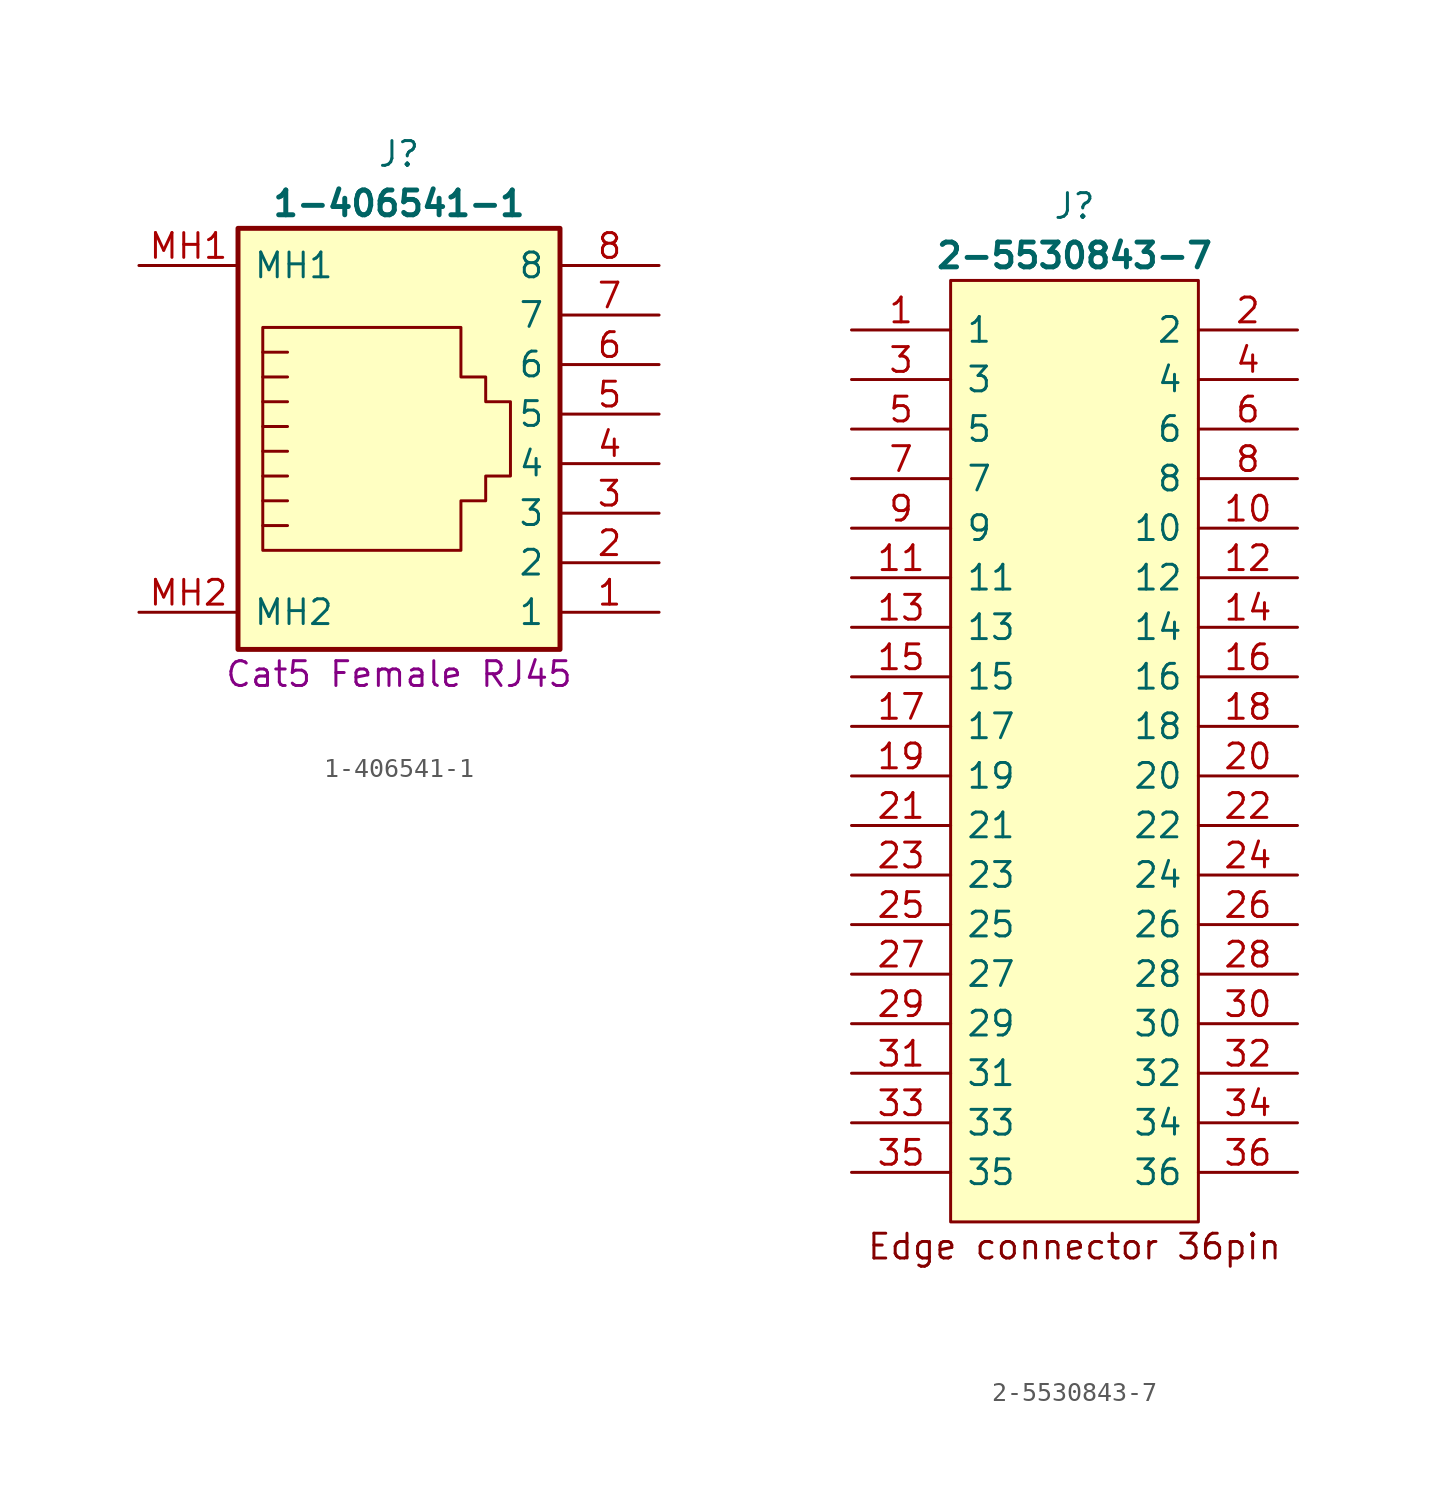
<source format=kicad_sym>
(kicad_symbol_lib
  (version 20241209)
  (generator "kicad_symbol_editor")
  (generator_version "9.0")
  (symbol "1-406541-1"
    (pin_names
      (offset 0.762))
    (property "Reference" "J"
      (at -13.335 5.715 0)
      (effects (font (size 1.27 1.27))))
    (property "Value" "1-406541-1"
      (at -13.335 3.175 0)
      (effects (font (size 1.27 1.27) (bold yes))))
    (property "Description" "Cat5 Female RJ45"
      (at -13.335 -20.955 0)
      (effects (font (size 1.27 1.27))))
    (symbol "1-406541-1_0_0"
      (pin passive line (at 0 0 180) (length 5.08) (name "8" (effects (font (size 1.27 1.27)))) (number "8" (effects (font (size 1.27 1.27)))))
      (pin passive line (at 0 -2.54 180) (length 5.08) (name "7" (effects (font (size 1.27 1.27)))) (number "7" (effects (font (size 1.27 1.27)))))
      (pin passive line (at 0 -5.08 180) (length 5.08) (name "6" (effects (font (size 1.27 1.27)))) (number "6" (effects (font (size 1.27 1.27)))))
      (pin passive line (at 0 -7.62 180) (length 5.08) (name "5" (effects (font (size 1.27 1.27)))) (number "5" (effects (font (size 1.27 1.27)))))
      (pin passive line (at 0 -10.16 180) (length 5.08) (name "4" (effects (font (size 1.27 1.27)))) (number "4" (effects (font (size 1.27 1.27)))))
      (pin passive line (at 0 -12.7 180) (length 5.08) (name "3" (effects (font (size 1.27 1.27)))) (number "3" (effects (font (size 1.27 1.27)))))
      (pin passive line (at 0 -15.24 180) (length 5.08) (name "2" (effects (font (size 1.27 1.27)))) (number "2" (effects (font (size 1.27 1.27)))))
      (pin passive line (at 0 -17.78 180) (length 5.08) (name "1" (effects (font (size 1.27 1.27)))) (number "1" (effects (font (size 1.27 1.27))))))
    (symbol "1-406541-1_0_1"
      (rectangle (start -21.59 1.905) (end -5.08 -19.685) (stroke (width 0.254) (type default)) (fill (type background)))
      (polyline (pts (xy -20.32 -8.255) (xy -19.05 -8.255) (xy -19.05 -8.255)) (stroke (width 0) (type default)) (fill (type none)))
      (polyline (pts (xy -20.32 -9.525) (xy -19.05 -9.525) (xy -19.05 -9.525)) (stroke (width 0) (type default)) (fill (type none)))
      (polyline (pts (xy -20.32 -10.795) (xy -19.05 -10.795) (xy -19.05 -10.795)) (stroke (width 0) (type default)) (fill (type none)))
      (polyline (pts (xy -20.32 -12.065) (xy -19.05 -12.065) (xy -19.05 -12.065)) (stroke (width 0) (type default)) (fill (type none)))
      (polyline (pts (xy -20.32 -13.335) (xy -19.05 -13.335) (xy -19.05 -13.335)) (stroke (width 0) (type default)) (fill (type none)))
      (polyline (pts (xy -20.32 -14.605) (xy -20.32 -3.175) (xy -10.16 -3.175) (xy -10.16 -5.715) (xy -8.89 -5.715) (xy -8.89 -6.985) (xy -7.62 -6.985) (xy -7.62 -10.795) (xy -8.89 -10.795) (xy -8.89 -12.065) (xy -10.16 -12.065) (xy -10.16 -14.605) (xy -20.32 -14.605) (xy -20.32 -14.605)) (stroke (width 0) (type default)) (fill (type none)))
      (polyline (pts (xy -19.05 -4.445) (xy -20.32 -4.445)) (stroke (width 0) (type default)) (fill (type none)))
      (polyline (pts (xy -19.05 -5.715) (xy -20.32 -5.715)) (stroke (width 0) (type default)) (fill (type none)))
      (polyline (pts (xy -19.05 -6.985) (xy -20.32 -6.985) (xy -20.32 -6.985)) (stroke (width 0) (type default)) (fill (type none))))
    (symbol "1-406541-1_1_0"
      (pin passive line (at -26.67 0 0) (length 5.08) (name "MH1" (effects (font (size 1.27 1.27)))) (number "MH1" (effects (font (size 1.27 1.27)))))
      (pin passive line (at -26.67 -17.78 0) (length 5.08) (name "MH2" (effects (font (size 1.27 1.27)))) (number "MH2" (effects (font (size 1.27 1.27)))))))
  (symbol "2-5530843-7"
    (pin_names
      (offset 0.762))
    (property "Reference" "J"
      (at 11.43 6.35 0)
      (effects (font (size 1.27 1.27))))
    (property "Value" "2-5530843-7"
      (at 11.43 3.81 0)
      (effects (font (size 1.27 1.27) (bold yes))))
    (symbol "2-5530843-7_0_0"
      (pin passive line (at 0 0 0) (length 5.08) (name "1" (effects (font (size 1.27 1.27)))) (number "1" (effects (font (size 1.27 1.27)))))
      (pin passive line (at 0 -2.54 0) (length 5.08) (name "3" (effects (font (size 1.27 1.27)))) (number "3" (effects (font (size 1.27 1.27)))))
      (pin passive line (at 0 -5.08 0) (length 5.08) (name "5" (effects (font (size 1.27 1.27)))) (number "5" (effects (font (size 1.27 1.27)))))
      (pin passive line (at 0 -7.62 0) (length 5.08) (name "7" (effects (font (size 1.27 1.27)))) (number "7" (effects (font (size 1.27 1.27)))))
      (pin passive line (at 0 -10.16 0) (length 5.08) (name "9" (effects (font (size 1.27 1.27)))) (number "9" (effects (font (size 1.27 1.27)))))
      (pin passive line (at 0 -12.7 0) (length 5.08) (name "11" (effects (font (size 1.27 1.27)))) (number "11" (effects (font (size 1.27 1.27)))))
      (pin passive line (at 0 -15.24 0) (length 5.08) (name "13" (effects (font (size 1.27 1.27)))) (number "13" (effects (font (size 1.27 1.27)))))
      (pin passive line (at 0 -17.78 0) (length 5.08) (name "15" (effects (font (size 1.27 1.27)))) (number "15" (effects (font (size 1.27 1.27)))))
      (pin passive line (at 0 -20.32 0) (length 5.08) (name "17" (effects (font (size 1.27 1.27)))) (number "17" (effects (font (size 1.27 1.27)))))
      (pin passive line (at 0 -22.86 0) (length 5.08) (name "19" (effects (font (size 1.27 1.27)))) (number "19" (effects (font (size 1.27 1.27)))))
      (pin passive line (at 0 -25.4 0) (length 5.08) (name "21" (effects (font (size 1.27 1.27)))) (number "21" (effects (font (size 1.27 1.27)))))
      (pin passive line (at 0 -27.94 0) (length 5.08) (name "23" (effects (font (size 1.27 1.27)))) (number "23" (effects (font (size 1.27 1.27)))))
      (pin passive line (at 0 -30.48 0) (length 5.08) (name "25" (effects (font (size 1.27 1.27)))) (number "25" (effects (font (size 1.27 1.27)))))
      (pin passive line (at 0 -33.02 0) (length 5.08) (name "27" (effects (font (size 1.27 1.27)))) (number "27" (effects (font (size 1.27 1.27)))))
      (pin passive line (at 0 -35.56 0) (length 5.08) (name "29" (effects (font (size 1.27 1.27)))) (number "29" (effects (font (size 1.27 1.27)))))
      (pin passive line (at 0 -38.1 0) (length 5.08) (name "31" (effects (font (size 1.27 1.27)))) (number "31" (effects (font (size 1.27 1.27)))))
      (pin passive line (at 0 -40.64 0) (length 5.08) (name "33" (effects (font (size 1.27 1.27)))) (number "33" (effects (font (size 1.27 1.27)))))
      (pin passive line (at 0 -43.18 0) (length 5.08) (name "35" (effects (font (size 1.27 1.27)))) (number "35" (effects (font (size 1.27 1.27)))))
      (pin passive line (at 22.86 0 180) (length 5.08) (name "2" (effects (font (size 1.27 1.27)))) (number "2" (effects (font (size 1.27 1.27)))))
      (pin passive line (at 22.86 -2.54 180) (length 5.08) (name "4" (effects (font (size 1.27 1.27)))) (number "4" (effects (font (size 1.27 1.27)))))
      (pin passive line (at 22.86 -5.08 180) (length 5.08) (name "6" (effects (font (size 1.27 1.27)))) (number "6" (effects (font (size 1.27 1.27)))))
      (pin passive line (at 22.86 -7.62 180) (length 5.08) (name "8" (effects (font (size 1.27 1.27)))) (number "8" (effects (font (size 1.27 1.27)))))
      (pin passive line (at 22.86 -10.16 180) (length 5.08) (name "10" (effects (font (size 1.27 1.27)))) (number "10" (effects (font (size 1.27 1.27)))))
      (pin passive line (at 22.86 -12.7 180) (length 5.08) (name "12" (effects (font (size 1.27 1.27)))) (number "12" (effects (font (size 1.27 1.27)))))
      (pin passive line (at 22.86 -15.24 180) (length 5.08) (name "14" (effects (font (size 1.27 1.27)))) (number "14" (effects (font (size 1.27 1.27)))))
      (pin passive line (at 22.86 -17.78 180) (length 5.08) (name "16" (effects (font (size 1.27 1.27)))) (number "16" (effects (font (size 1.27 1.27)))))
      (pin passive line (at 22.86 -20.32 180) (length 5.08) (name "18" (effects (font (size 1.27 1.27)))) (number "18" (effects (font (size 1.27 1.27)))))
      (pin passive line (at 22.86 -22.86 180) (length 5.08) (name "20" (effects (font (size 1.27 1.27)))) (number "20" (effects (font (size 1.27 1.27)))))
      (pin passive line (at 22.86 -25.4 180) (length 5.08) (name "22" (effects (font (size 1.27 1.27)))) (number "22" (effects (font (size 1.27 1.27)))))
      (pin passive line (at 22.86 -27.94 180) (length 5.08) (name "24" (effects (font (size 1.27 1.27)))) (number "24" (effects (font (size 1.27 1.27)))))
      (pin passive line (at 22.86 -30.48 180) (length 5.08) (name "26" (effects (font (size 1.27 1.27)))) (number "26" (effects (font (size 1.27 1.27)))))
      (pin passive line (at 22.86 -33.02 180) (length 5.08) (name "28" (effects (font (size 1.27 1.27)))) (number "28" (effects (font (size 1.27 1.27)))))
      (pin passive line (at 22.86 -35.56 180) (length 5.08) (name "30" (effects (font (size 1.27 1.27)))) (number "30" (effects (font (size 1.27 1.27)))))
      (pin passive line (at 22.86 -38.1 180) (length 5.08) (name "32" (effects (font (size 1.27 1.27)))) (number "32" (effects (font (size 1.27 1.27)))))
      (pin passive line (at 22.86 -40.64 180) (length 5.08) (name "34" (effects (font (size 1.27 1.27)))) (number "34" (effects (font (size 1.27 1.27)))))
      (pin passive line (at 22.86 -43.18 180) (length 5.08) (name "36" (effects (font (size 1.27 1.27)))) (number "36" (effects (font (size 1.27 1.27))))))
    (symbol "2-5530843-7_1_1"
      (polyline (pts (xy 5.08 2.54) (xy 17.78 2.54) (xy 17.78 -45.72) (xy 5.08 -45.72) (xy 5.08 2.54)) (stroke (width 0.152) (type solid)) (fill (type background)))
      (text "Edge connector 36pin" (at 11.43 -46.99 0) (effects (font (size 1.27 1.27)))))))
</source>
